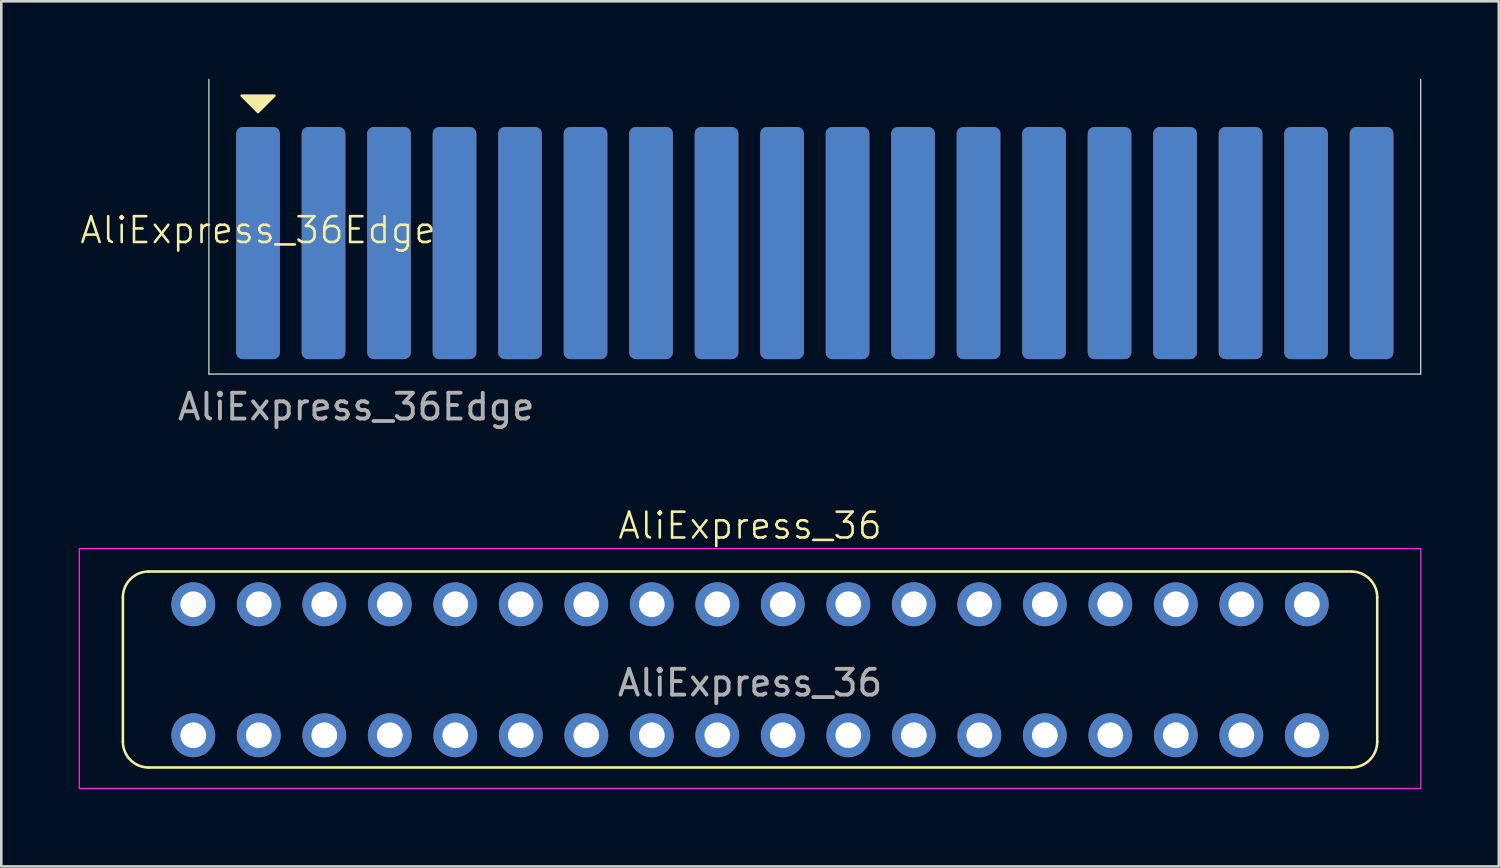
<source format=kicad_pcb>
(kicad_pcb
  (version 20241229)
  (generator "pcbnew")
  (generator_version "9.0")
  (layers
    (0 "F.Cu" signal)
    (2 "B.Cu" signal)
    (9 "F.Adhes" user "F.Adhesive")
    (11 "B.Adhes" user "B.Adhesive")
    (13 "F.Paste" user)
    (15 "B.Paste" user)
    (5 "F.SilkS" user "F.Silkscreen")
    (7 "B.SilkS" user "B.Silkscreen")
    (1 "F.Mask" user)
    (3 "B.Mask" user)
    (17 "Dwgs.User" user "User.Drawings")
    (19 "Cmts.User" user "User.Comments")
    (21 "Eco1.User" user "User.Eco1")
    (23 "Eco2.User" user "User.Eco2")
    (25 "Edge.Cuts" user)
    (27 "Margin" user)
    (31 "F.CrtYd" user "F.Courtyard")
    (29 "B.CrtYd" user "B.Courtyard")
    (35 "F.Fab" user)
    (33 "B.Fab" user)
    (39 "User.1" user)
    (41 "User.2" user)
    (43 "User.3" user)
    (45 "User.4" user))
  (footprint "AliExpress_36Edge"
    (layer "F.Cu")
    (at 6.955 6.375)
    (property "Reference" "AliExpress_36Edge" (at 0 -0.5 0) (unlocked yes) (layer "F.SilkS") (effects (font (size 1 1) (thickness 0.1))))
    (attr smd)
    (fp_poly (pts (xy 0.635 -5.715) (xy 0 -5.08) (xy -0.635 -5.715)) (stroke (width 0.1) (type solid)) (fill yes) (layer "F.SilkS"))
    (fp_line (start -1.905 5.08) (end -1.905 -6.35) (stroke (width 0.05) (type default)) (layer "Edge.Cuts"))
    (fp_line (start 45.085 -6.35) (end 45.085 5.08) (stroke (width 0.05) (type default)) (layer "Edge.Cuts"))
    (fp_line (start 45.085 5.08) (end -1.905 5.08) (stroke (width 0.05) (type default)) (layer "Edge.Cuts"))
    (fp_text user "${REFERENCE}" (at 3.81 6.35 0) (unlocked yes) (layer "F.Fab") (effects (font (size 1 1) (thickness 0.15))))
    (pad "1" smd roundrect (at 0 0) (size 1.693 9) (layers "F.Cu" "F.Mask" "F.Paste") (roundrect_rratio 0.15))
    (pad "2" smd roundrect (at 2.54 0) (size 1.693 9) (layers "F.Cu" "F.Mask" "F.Paste") (roundrect_rratio 0.15))
    (pad "3" smd roundrect (at 5.08 0) (size 1.693 9) (layers "F.Cu" "F.Mask" "F.Paste") (roundrect_rratio 0.15))
    (pad "4" smd roundrect (at 7.62 0) (size 1.693 9) (layers "F.Cu" "F.Mask" "F.Paste") (roundrect_rratio 0.15))
    (pad "5" smd roundrect (at 10.16 0) (size 1.693 9) (layers "F.Cu" "F.Mask" "F.Paste") (roundrect_rratio 0.15))
    (pad "6" smd roundrect (at 12.7 0) (size 1.693 9) (layers "F.Cu" "F.Mask" "F.Paste") (roundrect_rratio 0.15))
    (pad "7" smd roundrect (at 15.24 0) (size 1.693 9) (layers "F.Cu" "F.Mask" "F.Paste") (roundrect_rratio 0.15))
    (pad "8" smd roundrect (at 17.78 0) (size 1.693 9) (layers "F.Cu" "F.Mask" "F.Paste") (roundrect_rratio 0.15))
    (pad "9" smd roundrect (at 20.32 0) (size 1.693 9) (layers "F.Cu" "F.Mask" "F.Paste") (roundrect_rratio 0.15))
    (pad "10" smd roundrect (at 22.86 0) (size 1.693 9) (layers "F.Cu" "F.Mask" "F.Paste") (roundrect_rratio 0.15))
    (pad "11" smd roundrect (at 25.4 0) (size 1.693 9) (layers "F.Cu" "F.Mask" "F.Paste") (roundrect_rratio 0.15))
    (pad "12" smd roundrect (at 27.94 0) (size 1.693 9) (layers "F.Cu" "F.Mask" "F.Paste") (roundrect_rratio 0.15))
    (pad "13" smd roundrect (at 30.48 0) (size 1.693 9) (layers "F.Cu" "F.Mask" "F.Paste") (roundrect_rratio 0.15))
    (pad "14" smd roundrect (at 33.02 0) (size 1.693 9) (layers "F.Cu" "F.Mask" "F.Paste") (roundrect_rratio 0.15))
    (pad "15" smd roundrect (at 35.56 0) (size 1.693 9) (layers "F.Cu" "F.Mask" "F.Paste") (roundrect_rratio 0.15))
    (pad "16" smd roundrect (at 38.1 0) (size 1.693 9) (layers "F.Cu" "F.Mask" "F.Paste") (roundrect_rratio 0.15))
    (pad "17" smd roundrect (at 40.64 0) (size 1.693 9) (layers "F.Cu" "F.Mask" "F.Paste") (roundrect_rratio 0.15))
    (pad "18" smd roundrect (at 43.18 0) (size 1.693 9) (layers "F.Cu" "F.Mask" "F.Paste") (roundrect_rratio 0.15))
    (pad "19" smd roundrect (at 43.18 0) (size 1.693 9) (layers "B.Cu" "B.Mask" "B.Paste") (roundrect_rratio 0.15))
    (pad "20" smd roundrect (at 40.64 0) (size 1.693 9) (layers "B.Cu" "B.Mask" "B.Paste") (roundrect_rratio 0.15))
    (pad "21" smd roundrect (at 38.1 0) (size 1.693 9) (layers "B.Cu" "B.Mask" "B.Paste") (roundrect_rratio 0.15))
    (pad "22" smd roundrect (at 35.56 0) (size 1.693 9) (layers "B.Cu" "B.Mask" "B.Paste") (roundrect_rratio 0.15))
    (pad "23" smd roundrect (at 33.02 0) (size 1.693 9) (layers "B.Cu" "B.Mask" "B.Paste") (roundrect_rratio 0.15))
    (pad "24" smd roundrect (at 30.48 0) (size 1.693 9) (layers "B.Cu" "B.Mask" "B.Paste") (roundrect_rratio 0.15))
    (pad "25" smd roundrect (at 27.94 0) (size 1.693 9) (layers "B.Cu" "B.Mask" "B.Paste") (roundrect_rratio 0.15))
    (pad "26" smd roundrect (at 25.4 0) (size 1.693 9) (layers "B.Cu" "B.Mask" "B.Paste") (roundrect_rratio 0.15))
    (pad "27" smd roundrect (at 22.86 0) (size 1.693 9) (layers "B.Cu" "B.Mask" "B.Paste") (roundrect_rratio 0.15))
    (pad "28" smd roundrect (at 20.32 0) (size 1.693 9) (layers "B.Cu" "B.Mask" "B.Paste") (roundrect_rratio 0.15))
    (pad "29" smd roundrect (at 17.78 0) (size 1.693 9) (layers "B.Cu" "B.Mask" "B.Paste") (roundrect_rratio 0.15))
    (pad "30" smd roundrect (at 15.24 0) (size 1.693 9) (layers "B.Cu" "B.Mask" "B.Paste") (roundrect_rratio 0.15))
    (pad "31" smd roundrect (at 12.7 0) (size 1.693 9) (layers "B.Cu" "B.Mask" "B.Paste") (roundrect_rratio 0.15))
    (pad "32" smd roundrect (at 10.16 0) (size 1.693 9) (layers "B.Cu" "B.Mask" "B.Paste") (roundrect_rratio 0.15))
    (pad "33" smd roundrect (at 7.62 0) (size 1.693 9) (layers "B.Cu" "B.Mask" "B.Paste") (roundrect_rratio 0.15))
    (pad "34" smd roundrect (at 5.08 0) (size 1.693 9) (layers "B.Cu" "B.Mask" "B.Paste") (roundrect_rratio 0.15))
    (pad "35" smd roundrect (at 2.54 0) (size 1.693 9) (layers "B.Cu" "B.Mask" "B.Paste") (roundrect_rratio 0.15))
    (pad "36" smd roundrect (at 0 0) (size 1.693 9) (layers "B.Cu" "B.Mask" "B.Paste") (roundrect_rratio 0.15)))
  (footprint "AliExpress_36"
    (layer "F.Cu")
    (at 4.445 25.462)
    (property "Reference" "AliExpress_36" (at 21.59 -8.128 0) (unlocked yes) (layer "F.SilkS") (effects (font (size 1 1) (thickness 0.1))))
    (attr smd)
    (fp_line (start -2.73 0.25) (end -2.73 -5.35) (stroke (width 0.1) (type default)) (layer "F.SilkS"))
    (fp_line (start -1.73 -6.35) (end 44.91 -6.35) (stroke (width 0.1) (type solid)) (layer "F.SilkS"))
    (fp_line (start 44.91 1.25) (end -1.73 1.25) (stroke (width 0.1) (type solid)) (layer "F.SilkS"))
    (fp_line (start 45.91 -5.35) (end 45.91 0.25) (stroke (width 0.1) (type solid)) (layer "F.SilkS"))
    (fp_arc (start -2.73 -5.35) (mid -2.437107 -6.057107) (end -1.73 -6.35) (stroke (width 0.1) (type default)) (layer "F.SilkS"))
    (fp_arc (start -1.73 1.25) (mid -2.437107 0.957107) (end -2.73 0.25) (stroke (width 0.1) (type default)) (layer "F.SilkS"))
    (fp_arc (start 44.91 -6.35) (mid 45.617107 -6.057107) (end 45.91 -5.35) (stroke (width 0.1) (type solid)) (layer "F.SilkS"))
    (fp_arc (start 45.91 0.25) (mid 45.617107 0.957107) (end 44.91 1.25) (stroke (width 0.1) (type solid)) (layer "F.SilkS"))
    (fp_rect (start -4.42 -7.239) (end 47.6 2.061) (stroke (width 0.05) (type solid)) (fill no) (layer "F.CrtYd"))
    (fp_text user "${REFERENCE}" (at 21.59 -2.032 0) (unlocked yes) (layer "F.Fab") (effects (font (size 1 1) (thickness 0.15))))
    (pad "1" thru_hole circle (at 0 0) (size 1.7 1.7) (drill 1) (layers "*.Cu" "*.Mask"))
    (pad "2" thru_hole circle (at 2.54 0) (size 1.7 1.7) (drill 1) (layers "*.Cu" "*.Mask"))
    (pad "3" thru_hole circle (at 5.08 0) (size 1.7 1.7) (drill 1) (layers "*.Cu" "*.Mask"))
    (pad "4" thru_hole circle (at 7.62 0) (size 1.7 1.7) (drill 1) (layers "*.Cu" "*.Mask"))
    (pad "5" thru_hole circle (at 10.16 0) (size 1.7 1.7) (drill 1) (layers "*.Cu" "*.Mask"))
    (pad "6" thru_hole circle (at 12.7 0) (size 1.7 1.7) (drill 1) (layers "*.Cu" "*.Mask"))
    (pad "7" thru_hole circle (at 15.24 0) (size 1.7 1.7) (drill 1) (layers "*.Cu" "*.Mask"))
    (pad "8" thru_hole circle (at 17.78 0) (size 1.7 1.7) (drill 1) (layers "*.Cu" "*.Mask"))
    (pad "9" thru_hole circle (at 20.32 0) (size 1.7 1.7) (drill 1) (layers "*.Cu" "*.Mask"))
    (pad "10" thru_hole circle (at 22.86 0) (size 1.7 1.7) (drill 1) (layers "*.Cu" "*.Mask"))
    (pad "11" thru_hole circle (at 25.4 0) (size 1.7 1.7) (drill 1) (layers "*.Cu" "*.Mask"))
    (pad "12" thru_hole circle (at 27.94 0) (size 1.7 1.7) (drill 1) (layers "*.Cu" "*.Mask"))
    (pad "13" thru_hole circle (at 30.48 0) (size 1.7 1.7) (drill 1) (layers "*.Cu" "*.Mask"))
    (pad "14" thru_hole circle (at 33.02 0) (size 1.7 1.7) (drill 1) (layers "*.Cu" "*.Mask"))
    (pad "15" thru_hole circle (at 35.56 0) (size 1.7 1.7) (drill 1) (layers "*.Cu" "*.Mask"))
    (pad "16" thru_hole circle (at 38.1 0) (size 1.7 1.7) (drill 1) (layers "*.Cu" "*.Mask"))
    (pad "17" thru_hole circle (at 40.64 0) (size 1.7 1.7) (drill 1) (layers "*.Cu" "*.Mask"))
    (pad "18" thru_hole circle (at 43.18 0) (size 1.7 1.7) (drill 1) (layers "*.Cu" "*.Mask"))
    (pad "19" thru_hole circle (at 43.18 -5.08) (size 1.7 1.7) (drill 1) (layers "*.Cu" "*.Mask"))
    (pad "20" thru_hole circle (at 40.64 -5.08) (size 1.7 1.7) (drill 1) (layers "*.Cu" "*.Mask"))
    (pad "21" thru_hole circle (at 38.1 -5.08) (size 1.7 1.7) (drill 1) (layers "*.Cu" "*.Mask"))
    (pad "22" thru_hole circle (at 35.56 -5.08) (size 1.7 1.7) (drill 1) (layers "*.Cu" "*.Mask"))
    (pad "23" thru_hole circle (at 33.02 -5.08) (size 1.7 1.7) (drill 1) (layers "*.Cu" "*.Mask"))
    (pad "24" thru_hole circle (at 30.48 -5.08) (size 1.7 1.7) (drill 1) (layers "*.Cu" "*.Mask"))
    (pad "25" thru_hole circle (at 27.94 -5.08) (size 1.7 1.7) (drill 1) (layers "*.Cu" "*.Mask"))
    (pad "26" thru_hole circle (at 25.4 -5.08) (size 1.7 1.7) (drill 1) (layers "*.Cu" "*.Mask"))
    (pad "27" thru_hole circle (at 22.86 -5.08) (size 1.7 1.7) (drill 1) (layers "*.Cu" "*.Mask"))
    (pad "28" thru_hole circle (at 20.32 -5.08) (size 1.7 1.7) (drill 1) (layers "*.Cu" "*.Mask"))
    (pad "29" thru_hole circle (at 17.78 -5.08) (size 1.7 1.7) (drill 1) (layers "*.Cu" "*.Mask"))
    (pad "30" thru_hole circle (at 15.24 -5.08) (size 1.7 1.7) (drill 1) (layers "*.Cu" "*.Mask"))
    (pad "31" thru_hole circle (at 12.7 -5.08) (size 1.7 1.7) (drill 1) (layers "*.Cu" "*.Mask"))
    (pad "32" thru_hole circle (at 10.16 -5.08) (size 1.7 1.7) (drill 1) (layers "*.Cu" "*.Mask"))
    (pad "33" thru_hole circle (at 7.62 -5.08) (size 1.7 1.7) (drill 1) (layers "*.Cu" "*.Mask"))
    (pad "34" thru_hole circle (at 5.08 -5.08) (size 1.7 1.7) (drill 1) (layers "*.Cu" "*.Mask"))
    (pad "35" thru_hole circle (at 2.54 -5.08) (size 1.7 1.7) (drill 1) (layers "*.Cu" "*.Mask"))
    (pad "36" thru_hole circle (at 0 -5.08) (size 1.7 1.7) (drill 1) (layers "*.Cu" "*.Mask")))
  (gr_rect
    (start -3 -3)
    (end 55.07 30.548)
    (stroke (width 0.1) (type default))
    (fill no)
    (layer "Edge.Cuts")))
</source>
